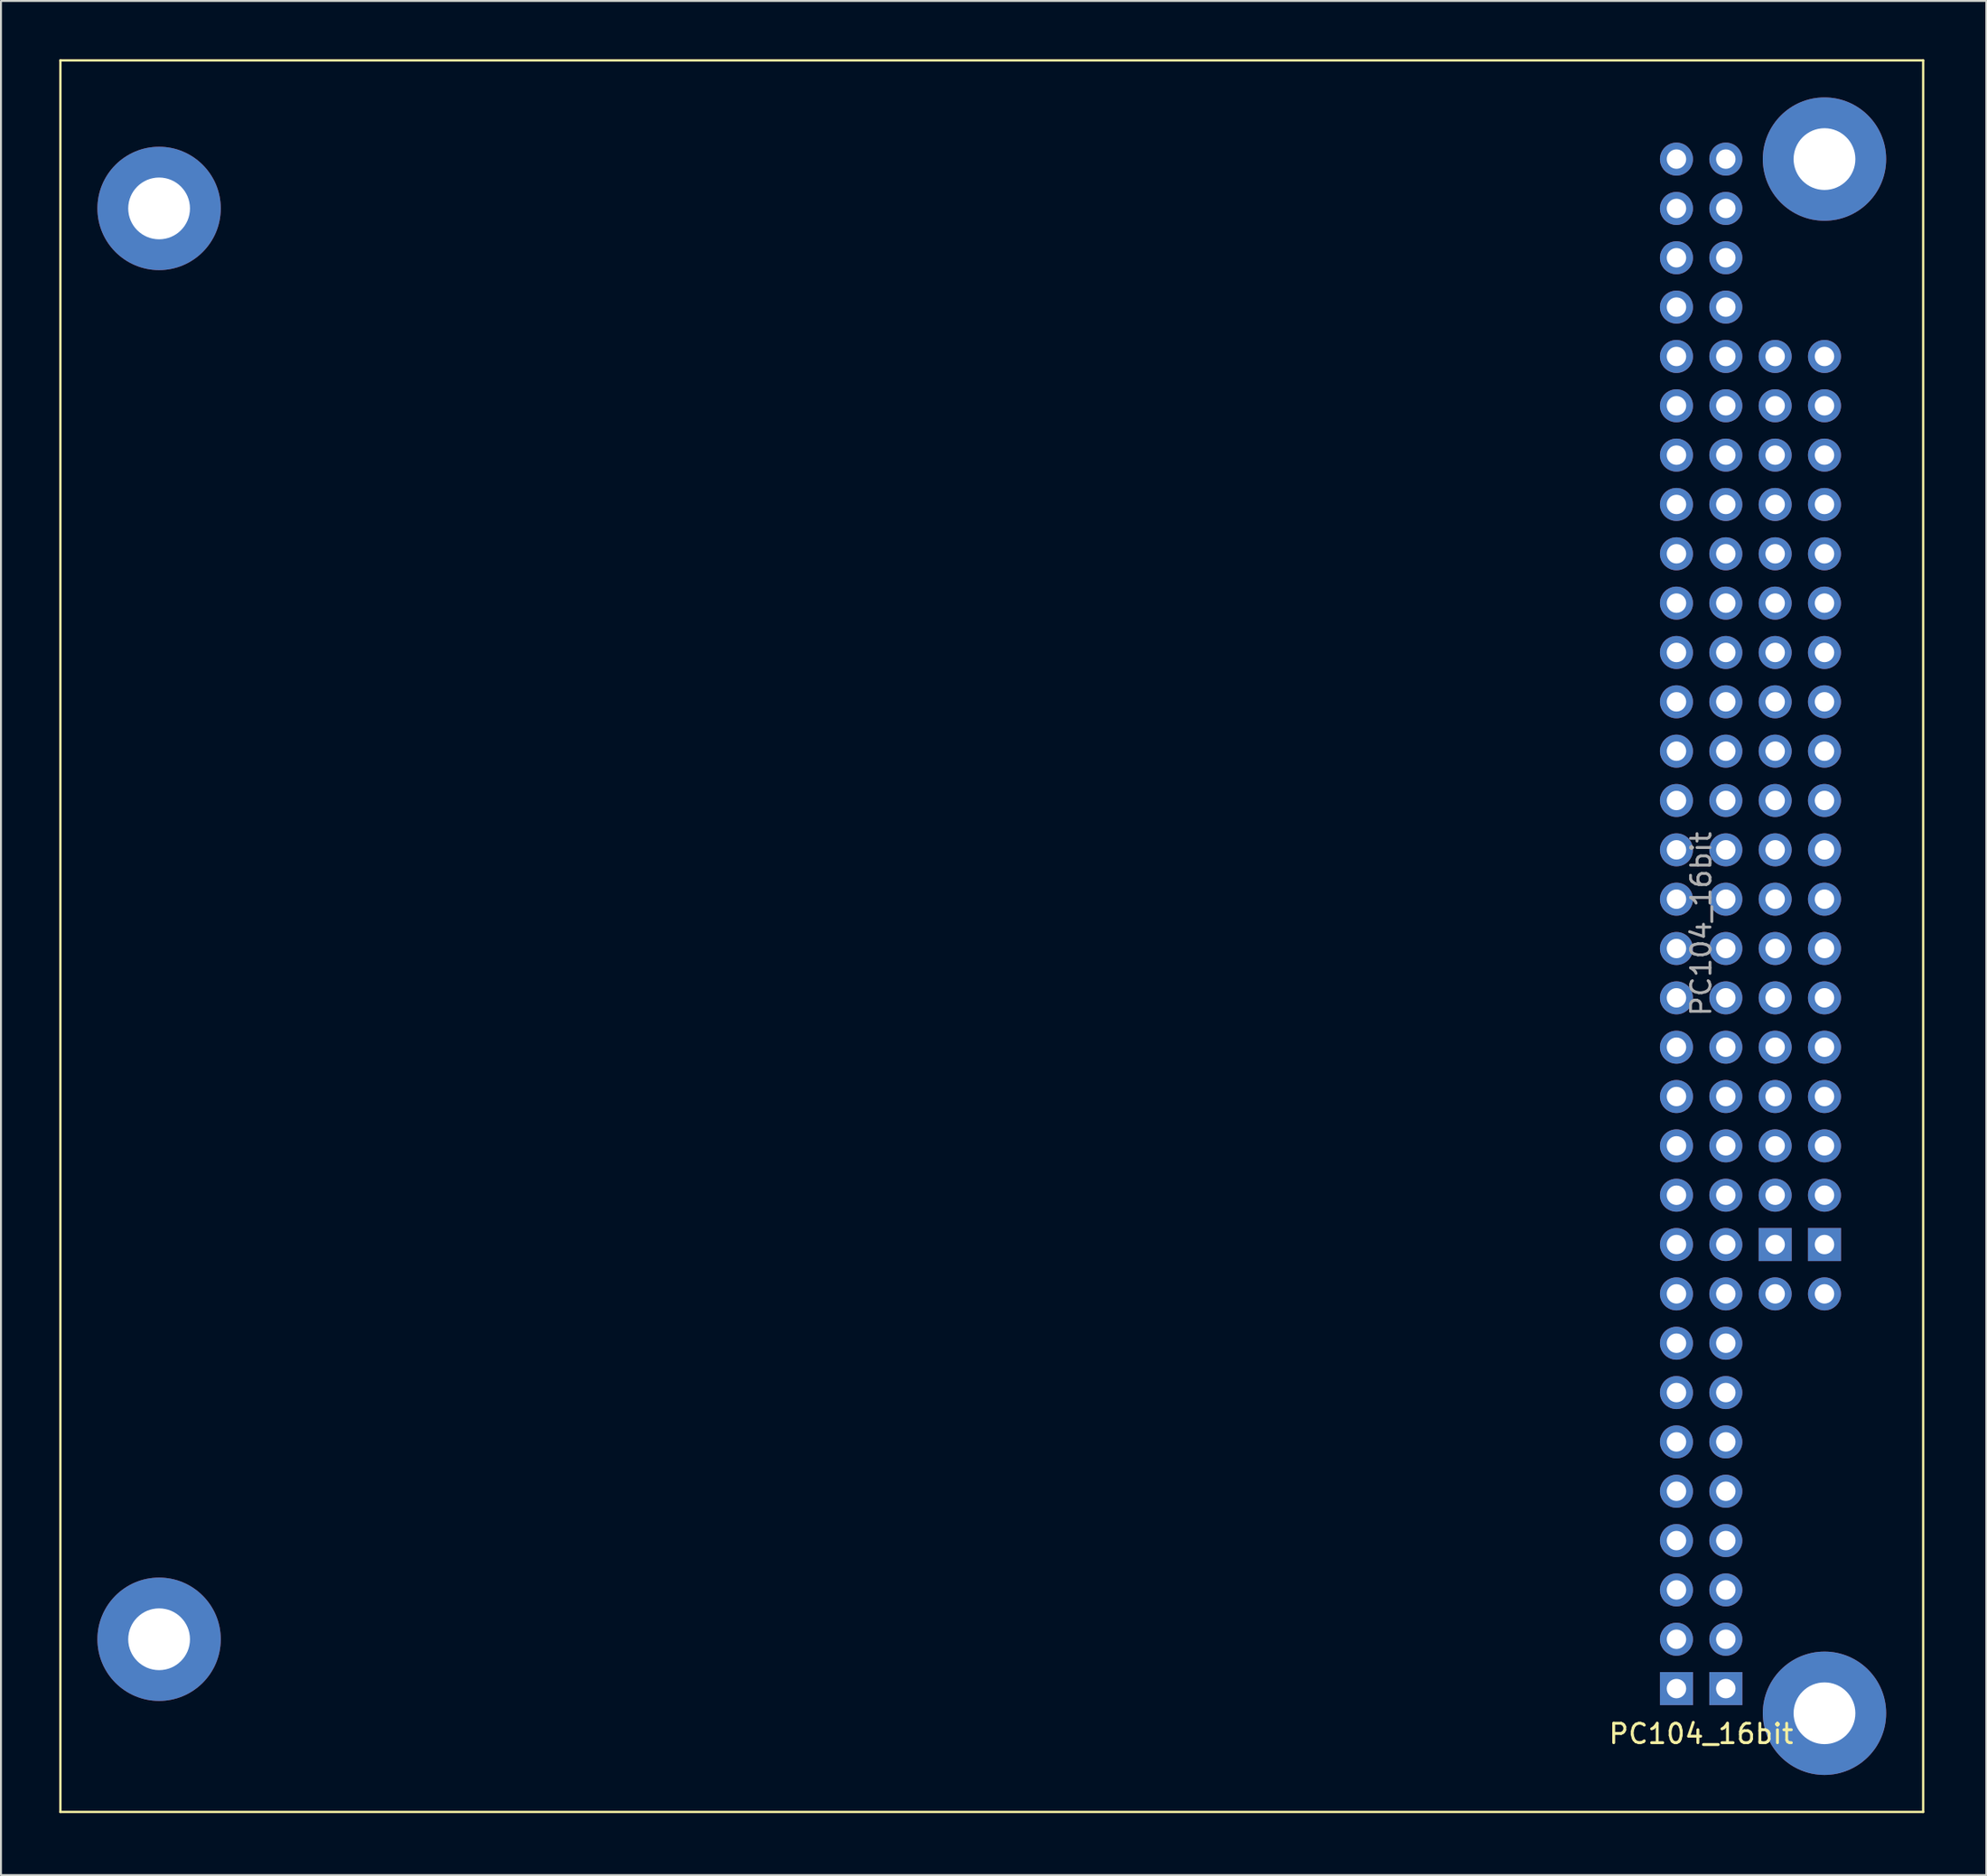
<source format=kicad_pcb>
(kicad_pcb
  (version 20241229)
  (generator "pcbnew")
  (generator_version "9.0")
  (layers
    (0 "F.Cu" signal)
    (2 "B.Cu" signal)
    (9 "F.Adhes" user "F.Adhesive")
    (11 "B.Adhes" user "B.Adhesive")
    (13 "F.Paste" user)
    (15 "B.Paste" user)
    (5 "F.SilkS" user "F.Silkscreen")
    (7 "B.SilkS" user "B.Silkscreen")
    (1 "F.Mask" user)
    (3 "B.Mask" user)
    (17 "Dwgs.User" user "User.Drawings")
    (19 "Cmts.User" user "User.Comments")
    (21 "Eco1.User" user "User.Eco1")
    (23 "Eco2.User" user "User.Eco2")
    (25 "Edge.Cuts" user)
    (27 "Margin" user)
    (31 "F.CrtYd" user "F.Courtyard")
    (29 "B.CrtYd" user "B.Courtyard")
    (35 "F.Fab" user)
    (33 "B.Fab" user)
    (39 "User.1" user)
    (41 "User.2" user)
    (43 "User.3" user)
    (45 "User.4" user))
  (footprint "PC104_16bit"
    (layer "F.Cu")
    (at 95.95 90.23)
    (property "Reference" "PC104_16bit" (at -11.43 -4.02 180) (layer "F.SilkS") (effects (font (size 1 1) (thickness 0.15))))
    (attr through_hole)
    (fp_line (start -95.89 -90.17) (end -95.89 0) (stroke (width 0.12) (type solid)) (layer "F.SilkS"))
    (fp_line (start 0 -90.17) (end -95.89 -90.17) (stroke (width 0.12) (type solid)) (layer "F.SilkS"))
    (fp_line (start 0 0) (end -95.89 0) (stroke (width 0.12) (type solid)) (layer "F.SilkS"))
    (fp_line (start 0 0) (end 0 -90.17) (stroke (width 0.12) (type solid)) (layer "F.SilkS"))
    (fp_text user "${REFERENCE}" (at -11.43 -45.72 270) (layer "F.Fab") (effects (font (size 1 1) (thickness 0.15))))
    (pad "" thru_hole circle (at -90.81 -82.55) (size 6.35 6.35) (drill 3.18) (layers "*.Cu" "*.Mask"))
    (pad "" thru_hole circle (at -90.81 -8.89) (size 6.35 6.35) (drill 3.18) (layers "*.Cu" "*.Mask"))
    (pad "" thru_hole circle (at -5.08 -85.09) (size 6.35 6.35) (drill 3.18) (layers "*.Cu" "*.Mask"))
    (pad "" thru_hole circle (at -5.08 -5.08) (size 6.35 6.35) (drill 3.18) (layers "*.Cu" "*.Mask"))
    (pad "A1" thru_hole rect (at -10.16 -6.35 180) (size 1.7 1.7) (drill 1) (layers "*.Cu" "*.Mask"))
    (pad "A2" thru_hole oval (at -10.16 -8.89 180) (size 1.7 1.7) (drill 1) (layers "*.Cu" "*.Mask"))
    (pad "A3" thru_hole oval (at -10.16 -11.43 180) (size 1.7 1.7) (drill 1) (layers "*.Cu" "*.Mask"))
    (pad "A4" thru_hole oval (at -10.16 -13.97 180) (size 1.7 1.7) (drill 1) (layers "*.Cu" "*.Mask"))
    (pad "A5" thru_hole oval (at -10.16 -16.51 180) (size 1.7 1.7) (drill 1) (layers "*.Cu" "*.Mask"))
    (pad "A6" thru_hole oval (at -10.16 -19.05 180) (size 1.7 1.7) (drill 1) (layers "*.Cu" "*.Mask"))
    (pad "A7" thru_hole oval (at -10.16 -21.59 180) (size 1.7 1.7) (drill 1) (layers "*.Cu" "*.Mask"))
    (pad "A8" thru_hole oval (at -10.16 -24.13 180) (size 1.7 1.7) (drill 1) (layers "*.Cu" "*.Mask"))
    (pad "A9" thru_hole oval (at -10.16 -26.67 180) (size 1.7 1.7) (drill 1) (layers "*.Cu" "*.Mask"))
    (pad "A10" thru_hole oval (at -10.16 -29.21 180) (size 1.7 1.7) (drill 1) (layers "*.Cu" "*.Mask"))
    (pad "A11" thru_hole oval (at -10.16 -31.75 180) (size 1.7 1.7) (drill 1) (layers "*.Cu" "*.Mask"))
    (pad "A12" thru_hole oval (at -10.16 -34.29 180) (size 1.7 1.7) (drill 1) (layers "*.Cu" "*.Mask"))
    (pad "A13" thru_hole oval (at -10.16 -36.83 180) (size 1.7 1.7) (drill 1) (layers "*.Cu" "*.Mask"))
    (pad "A14" thru_hole oval (at -10.16 -39.37 180) (size 1.7 1.7) (drill 1) (layers "*.Cu" "*.Mask"))
    (pad "A15" thru_hole oval (at -10.16 -41.91 180) (size 1.7 1.7) (drill 1) (layers "*.Cu" "*.Mask"))
    (pad "A16" thru_hole oval (at -10.16 -44.45 180) (size 1.7 1.7) (drill 1) (layers "*.Cu" "*.Mask"))
    (pad "A17" thru_hole oval (at -10.16 -46.99 180) (size 1.7 1.7) (drill 1) (layers "*.Cu" "*.Mask"))
    (pad "A18" thru_hole oval (at -10.16 -49.53 180) (size 1.7 1.7) (drill 1) (layers "*.Cu" "*.Mask"))
    (pad "A19" thru_hole oval (at -10.16 -52.07 180) (size 1.7 1.7) (drill 1) (layers "*.Cu" "*.Mask"))
    (pad "A20" thru_hole oval (at -10.16 -54.61 180) (size 1.7 1.7) (drill 1) (layers "*.Cu" "*.Mask"))
    (pad "A21" thru_hole oval (at -10.16 -57.15 180) (size 1.7 1.7) (drill 1) (layers "*.Cu" "*.Mask"))
    (pad "A22" thru_hole oval (at -10.16 -59.69 180) (size 1.7 1.7) (drill 1) (layers "*.Cu" "*.Mask"))
    (pad "A23" thru_hole oval (at -10.16 -62.23 180) (size 1.7 1.7) (drill 1) (layers "*.Cu" "*.Mask"))
    (pad "A24" thru_hole oval (at -10.16 -64.77 180) (size 1.7 1.7) (drill 1) (layers "*.Cu" "*.Mask"))
    (pad "A25" thru_hole oval (at -10.16 -67.31 180) (size 1.7 1.7) (drill 1) (layers "*.Cu" "*.Mask"))
    (pad "A26" thru_hole oval (at -10.16 -69.85 180) (size 1.7 1.7) (drill 1) (layers "*.Cu" "*.Mask"))
    (pad "A27" thru_hole oval (at -10.16 -72.39 180) (size 1.7 1.7) (drill 1) (layers "*.Cu" "*.Mask"))
    (pad "A28" thru_hole oval (at -10.16 -74.93 180) (size 1.7 1.7) (drill 1) (layers "*.Cu" "*.Mask"))
    (pad "A29" thru_hole oval (at -10.16 -77.47 180) (size 1.7 1.7) (drill 1) (layers "*.Cu" "*.Mask"))
    (pad "A30" thru_hole oval (at -10.16 -80.01 180) (size 1.7 1.7) (drill 1) (layers "*.Cu" "*.Mask"))
    (pad "A31" thru_hole oval (at -10.16 -82.55 180) (size 1.7 1.7) (drill 1) (layers "*.Cu" "*.Mask"))
    (pad "A32" thru_hole oval (at -10.16 -85.09 180) (size 1.7 1.7) (drill 1) (layers "*.Cu" "*.Mask"))
    (pad "B1" thru_hole rect (at -12.7 -6.35 180) (size 1.7 1.7) (drill 1) (layers "*.Cu" "*.Mask"))
    (pad "B2" thru_hole oval (at -12.7 -8.89 180) (size 1.7 1.7) (drill 1) (layers "*.Cu" "*.Mask"))
    (pad "B3" thru_hole oval (at -12.7 -11.43 180) (size 1.7 1.7) (drill 1) (layers "*.Cu" "*.Mask"))
    (pad "B4" thru_hole oval (at -12.7 -13.97 180) (size 1.7 1.7) (drill 1) (layers "*.Cu" "*.Mask"))
    (pad "B5" thru_hole oval (at -12.7 -16.51 180) (size 1.7 1.7) (drill 1) (layers "*.Cu" "*.Mask"))
    (pad "B6" thru_hole oval (at -12.7 -19.05 180) (size 1.7 1.7) (drill 1) (layers "*.Cu" "*.Mask"))
    (pad "B7" thru_hole oval (at -12.7 -21.59 180) (size 1.7 1.7) (drill 1) (layers "*.Cu" "*.Mask"))
    (pad "B8" thru_hole oval (at -12.7 -24.13 180) (size 1.7 1.7) (drill 1) (layers "*.Cu" "*.Mask"))
    (pad "B9" thru_hole oval (at -12.7 -26.67 180) (size 1.7 1.7) (drill 1) (layers "*.Cu" "*.Mask"))
    (pad "B10" thru_hole oval (at -12.7 -29.21 180) (size 1.7 1.7) (drill 1) (layers "*.Cu" "*.Mask"))
    (pad "B11" thru_hole oval (at -12.7 -31.75 180) (size 1.7 1.7) (drill 1) (layers "*.Cu" "*.Mask"))
    (pad "B12" thru_hole oval (at -12.7 -34.29 180) (size 1.7 1.7) (drill 1) (layers "*.Cu" "*.Mask"))
    (pad "B13" thru_hole oval (at -12.7 -36.83 180) (size 1.7 1.7) (drill 1) (layers "*.Cu" "*.Mask"))
    (pad "B14" thru_hole oval (at -12.7 -39.37 180) (size 1.7 1.7) (drill 1) (layers "*.Cu" "*.Mask"))
    (pad "B15" thru_hole oval (at -12.7 -41.91 180) (size 1.7 1.7) (drill 1) (layers "*.Cu" "*.Mask"))
    (pad "B16" thru_hole oval (at -12.7 -44.45 180) (size 1.7 1.7) (drill 1) (layers "*.Cu" "*.Mask"))
    (pad "B17" thru_hole oval (at -12.7 -46.99 180) (size 1.7 1.7) (drill 1) (layers "*.Cu" "*.Mask"))
    (pad "B18" thru_hole oval (at -12.7 -49.53 180) (size 1.7 1.7) (drill 1) (layers "*.Cu" "*.Mask"))
    (pad "B19" thru_hole oval (at -12.7 -52.07 180) (size 1.7 1.7) (drill 1) (layers "*.Cu" "*.Mask"))
    (pad "B20" thru_hole oval (at -12.7 -54.61 180) (size 1.7 1.7) (drill 1) (layers "*.Cu" "*.Mask"))
    (pad "B21" thru_hole oval (at -12.7 -57.15 180) (size 1.7 1.7) (drill 1) (layers "*.Cu" "*.Mask"))
    (pad "B22" thru_hole oval (at -12.7 -59.69 180) (size 1.7 1.7) (drill 1) (layers "*.Cu" "*.Mask"))
    (pad "B23" thru_hole oval (at -12.7 -62.23 180) (size 1.7 1.7) (drill 1) (layers "*.Cu" "*.Mask"))
    (pad "B24" thru_hole oval (at -12.7 -64.77 180) (size 1.7 1.7) (drill 1) (layers "*.Cu" "*.Mask"))
    (pad "B25" thru_hole oval (at -12.7 -67.31 180) (size 1.7 1.7) (drill 1) (layers "*.Cu" "*.Mask"))
    (pad "B26" thru_hole oval (at -12.7 -69.85 180) (size 1.7 1.7) (drill 1) (layers "*.Cu" "*.Mask"))
    (pad "B27" thru_hole oval (at -12.7 -72.39 180) (size 1.7 1.7) (drill 1) (layers "*.Cu" "*.Mask"))
    (pad "B28" thru_hole oval (at -12.7 -74.93 180) (size 1.7 1.7) (drill 1) (layers "*.Cu" "*.Mask"))
    (pad "B29" thru_hole oval (at -12.7 -77.47 180) (size 1.7 1.7) (drill 1) (layers "*.Cu" "*.Mask"))
    (pad "B30" thru_hole oval (at -12.7 -80.01 180) (size 1.7 1.7) (drill 1) (layers "*.Cu" "*.Mask"))
    (pad "B31" thru_hole oval (at -12.7 -82.55 180) (size 1.7 1.7) (drill 1) (layers "*.Cu" "*.Mask"))
    (pad "B32" thru_hole oval (at -12.7 -85.09 180) (size 1.7 1.7) (drill 1) (layers "*.Cu" "*.Mask"))
    (pad "C0" thru_hole oval (at -7.62 -26.67 180) (size 1.7 1.7) (drill 1) (layers "*.Cu" "*.Mask"))
    (pad "C1" thru_hole rect (at -7.62 -29.21 180) (size 1.7 1.7) (drill 1) (layers "*.Cu" "*.Mask"))
    (pad "C2" thru_hole oval (at -7.62 -31.75 180) (size 1.7 1.7) (drill 1) (layers "*.Cu" "*.Mask"))
    (pad "C3" thru_hole oval (at -7.62 -34.29 180) (size 1.7 1.7) (drill 1) (layers "*.Cu" "*.Mask"))
    (pad "C4" thru_hole oval (at -7.62 -36.83 180) (size 1.7 1.7) (drill 1) (layers "*.Cu" "*.Mask"))
    (pad "C5" thru_hole oval (at -7.62 -39.37 180) (size 1.7 1.7) (drill 1) (layers "*.Cu" "*.Mask"))
    (pad "C6" thru_hole oval (at -7.62 -41.91 180) (size 1.7 1.7) (drill 1) (layers "*.Cu" "*.Mask"))
    (pad "C7" thru_hole oval (at -7.62 -44.45 180) (size 1.7 1.7) (drill 1) (layers "*.Cu" "*.Mask"))
    (pad "C8" thru_hole oval (at -7.62 -46.99 180) (size 1.7 1.7) (drill 1) (layers "*.Cu" "*.Mask"))
    (pad "C9" thru_hole oval (at -7.62 -49.53 180) (size 1.7 1.7) (drill 1) (layers "*.Cu" "*.Mask"))
    (pad "C10" thru_hole oval (at -7.62 -52.07 180) (size 1.7 1.7) (drill 1) (layers "*.Cu" "*.Mask"))
    (pad "C11" thru_hole oval (at -7.62 -54.61 180) (size 1.7 1.7) (drill 1) (layers "*.Cu" "*.Mask"))
    (pad "C12" thru_hole oval (at -7.62 -57.15 180) (size 1.7 1.7) (drill 1) (layers "*.Cu" "*.Mask"))
    (pad "C13" thru_hole oval (at -7.62 -59.69 180) (size 1.7 1.7) (drill 1) (layers "*.Cu" "*.Mask"))
    (pad "C14" thru_hole oval (at -7.62 -62.23 180) (size 1.7 1.7) (drill 1) (layers "*.Cu" "*.Mask"))
    (pad "C15" thru_hole oval (at -7.62 -64.77 180) (size 1.7 1.7) (drill 1) (layers "*.Cu" "*.Mask"))
    (pad "C16" thru_hole oval (at -7.62 -67.31 180) (size 1.7 1.7) (drill 1) (layers "*.Cu" "*.Mask"))
    (pad "C17" thru_hole oval (at -7.62 -69.85 180) (size 1.7 1.7) (drill 1) (layers "*.Cu" "*.Mask"))
    (pad "C18" thru_hole oval (at -7.62 -72.39 180) (size 1.7 1.7) (drill 1) (layers "*.Cu" "*.Mask"))
    (pad "C19" thru_hole oval (at -7.62 -74.93 180) (size 1.7 1.7) (drill 1) (layers "*.Cu" "*.Mask"))
    (pad "D0" thru_hole oval (at -5.08 -26.67 180) (size 1.7 1.7) (drill 1) (layers "*.Cu" "*.Mask"))
    (pad "D1" thru_hole rect (at -5.08 -29.21 180) (size 1.7 1.7) (drill 1) (layers "*.Cu" "*.Mask"))
    (pad "D2" thru_hole oval (at -5.08 -31.75 180) (size 1.7 1.7) (drill 1) (layers "*.Cu" "*.Mask"))
    (pad "D3" thru_hole oval (at -5.08 -34.29 180) (size 1.7 1.7) (drill 1) (layers "*.Cu" "*.Mask"))
    (pad "D4" thru_hole oval (at -5.08 -36.83 180) (size 1.7 1.7) (drill 1) (layers "*.Cu" "*.Mask"))
    (pad "D5" thru_hole oval (at -5.08 -39.37 180) (size 1.7 1.7) (drill 1) (layers "*.Cu" "*.Mask"))
    (pad "D6" thru_hole oval (at -5.08 -41.91 180) (size 1.7 1.7) (drill 1) (layers "*.Cu" "*.Mask"))
    (pad "D7" thru_hole oval (at -5.08 -44.45 180) (size 1.7 1.7) (drill 1) (layers "*.Cu" "*.Mask"))
    (pad "D8" thru_hole oval (at -5.08 -46.99 180) (size 1.7 1.7) (drill 1) (layers "*.Cu" "*.Mask"))
    (pad "D9" thru_hole oval (at -5.08 -49.53 180) (size 1.7 1.7) (drill 1) (layers "*.Cu" "*.Mask"))
    (pad "D10" thru_hole oval (at -5.08 -52.07 180) (size 1.7 1.7) (drill 1) (layers "*.Cu" "*.Mask"))
    (pad "D11" thru_hole oval (at -5.08 -54.61 180) (size 1.7 1.7) (drill 1) (layers "*.Cu" "*.Mask"))
    (pad "D12" thru_hole oval (at -5.08 -57.15 180) (size 1.7 1.7) (drill 1) (layers "*.Cu" "*.Mask"))
    (pad "D13" thru_hole oval (at -5.08 -59.69 180) (size 1.7 1.7) (drill 1) (layers "*.Cu" "*.Mask"))
    (pad "D14" thru_hole oval (at -5.08 -62.23 180) (size 1.7 1.7) (drill 1) (layers "*.Cu" "*.Mask"))
    (pad "D15" thru_hole oval (at -5.08 -64.77 180) (size 1.7 1.7) (drill 1) (layers "*.Cu" "*.Mask"))
    (pad "D16" thru_hole oval (at -5.08 -67.31 180) (size 1.7 1.7) (drill 1) (layers "*.Cu" "*.Mask"))
    (pad "D17" thru_hole oval (at -5.08 -69.85 180) (size 1.7 1.7) (drill 1) (layers "*.Cu" "*.Mask"))
    (pad "D18" thru_hole oval (at -5.08 -72.39 180) (size 1.7 1.7) (drill 1) (layers "*.Cu" "*.Mask"))
    (pad "D19" thru_hole oval (at -5.08 -74.93 180) (size 1.7 1.7) (drill 1) (layers "*.Cu" "*.Mask")))
  (gr_rect
    (start -3 -3)
    (end 99.2 93.48)
    (stroke (width 0.1) (type default))
    (fill no)
    (layer "Edge.Cuts")))
</source>
